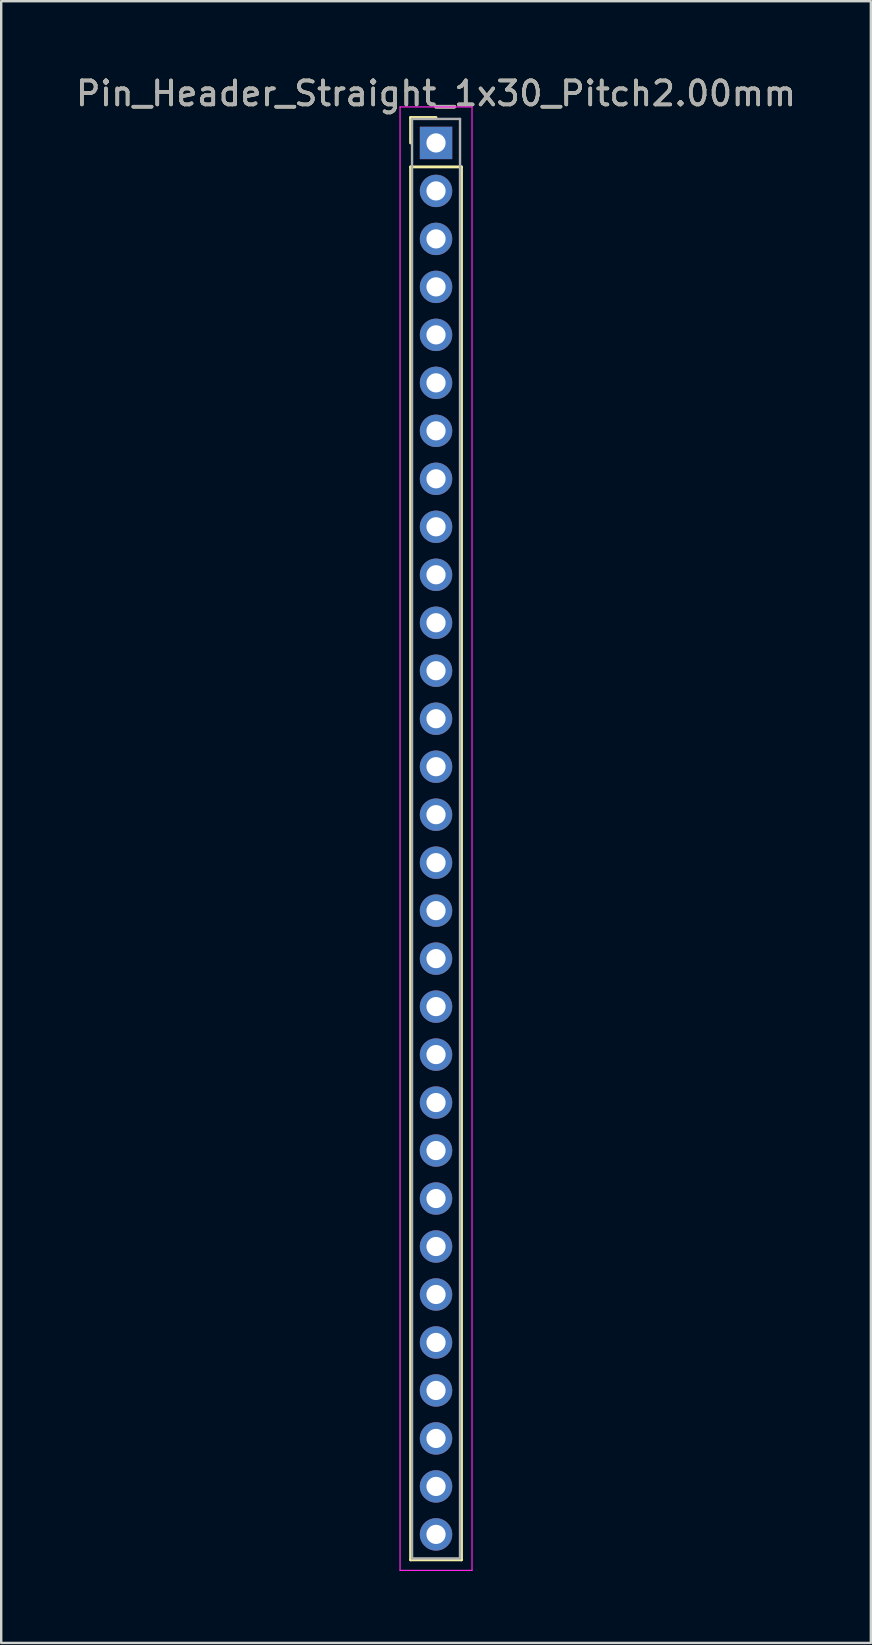
<source format=kicad_pcb>
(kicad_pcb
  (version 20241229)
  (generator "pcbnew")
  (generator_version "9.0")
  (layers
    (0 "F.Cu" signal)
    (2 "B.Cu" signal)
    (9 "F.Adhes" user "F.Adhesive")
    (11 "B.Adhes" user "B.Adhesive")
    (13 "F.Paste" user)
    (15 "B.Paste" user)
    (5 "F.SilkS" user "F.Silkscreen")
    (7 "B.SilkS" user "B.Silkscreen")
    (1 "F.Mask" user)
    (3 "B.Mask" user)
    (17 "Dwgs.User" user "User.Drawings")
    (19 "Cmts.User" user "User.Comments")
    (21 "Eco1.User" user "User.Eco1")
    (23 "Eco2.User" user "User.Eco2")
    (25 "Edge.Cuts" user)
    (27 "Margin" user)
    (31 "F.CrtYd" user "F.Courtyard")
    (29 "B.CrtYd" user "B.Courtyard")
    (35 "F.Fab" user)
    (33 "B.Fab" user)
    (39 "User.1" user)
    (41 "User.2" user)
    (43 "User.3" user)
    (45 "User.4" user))
  (footprint "Pin_Header_Straight_1x30_Pitch2.00mm"
    (layer "F.Cu")
    (at 15.125 2.908)
    (property "Reference" "Pin_Header_Straight_1x30_Pitch2.00mm" (at 0 -2.06 0) (layer "F.SilkS") (effects (font (size 1 1) (thickness 0.15))))
    (attr through_hole)
    (fp_line (start -1.06 -1.06) (end 0 -1.06) (stroke (width 0.12) (type solid)) (layer "F.SilkS"))
    (fp_line (start -1.06 0) (end -1.06 -1.06) (stroke (width 0.12) (type solid)) (layer "F.SilkS"))
    (fp_line (start -1.06 1) (end -1.06 59.06) (stroke (width 0.12) (type solid)) (layer "F.SilkS"))
    (fp_line (start -1.06 59.06) (end 1.06 59.06) (stroke (width 0.12) (type solid)) (layer "F.SilkS"))
    (fp_line (start 1.06 1) (end -1.06 1) (stroke (width 0.12) (type solid)) (layer "F.SilkS"))
    (fp_line (start 1.06 59.06) (end 1.06 1) (stroke (width 0.12) (type solid)) (layer "F.SilkS"))
    (fp_line (start -1.5 -1.5) (end -1.5 59.5) (stroke (width 0.05) (type solid)) (layer "F.CrtYd"))
    (fp_line (start -1.5 59.5) (end 1.5 59.5) (stroke (width 0.05) (type solid)) (layer "F.CrtYd"))
    (fp_line (start 1.5 -1.5) (end -1.5 -1.5) (stroke (width 0.05) (type solid)) (layer "F.CrtYd"))
    (fp_line (start 1.5 59.5) (end 1.5 -1.5) (stroke (width 0.05) (type solid)) (layer "F.CrtYd"))
    (fp_line (start -1 -1) (end -1 59) (stroke (width 0.1) (type solid)) (layer "F.Fab"))
    (fp_line (start -1 59) (end 1 59) (stroke (width 0.1) (type solid)) (layer "F.Fab"))
    (fp_line (start 1 -1) (end -1 -1) (stroke (width 0.1) (type solid)) (layer "F.Fab"))
    (fp_line (start 1 59) (end 1 -1) (stroke (width 0.1) (type solid)) (layer "F.Fab"))
    (fp_text user "${REFERENCE}" (at 0 -2.06 0) (layer "F.Fab") (effects (font (size 1 1) (thickness 0.15))))
    (pad "1" thru_hole rect (at 0 0) (size 1.35 1.35) (drill 0.8) (layers "*.Cu" "*.Mask"))
    (pad "2" thru_hole oval (at 0 2) (size 1.35 1.35) (drill 0.8) (layers "*.Cu" "*.Mask"))
    (pad "3" thru_hole oval (at 0 4) (size 1.35 1.35) (drill 0.8) (layers "*.Cu" "*.Mask"))
    (pad "4" thru_hole oval (at 0 6) (size 1.35 1.35) (drill 0.8) (layers "*.Cu" "*.Mask"))
    (pad "5" thru_hole oval (at 0 8) (size 1.35 1.35) (drill 0.8) (layers "*.Cu" "*.Mask"))
    (pad "6" thru_hole oval (at 0 10) (size 1.35 1.35) (drill 0.8) (layers "*.Cu" "*.Mask"))
    (pad "7" thru_hole oval (at 0 12) (size 1.35 1.35) (drill 0.8) (layers "*.Cu" "*.Mask"))
    (pad "8" thru_hole oval (at 0 14) (size 1.35 1.35) (drill 0.8) (layers "*.Cu" "*.Mask"))
    (pad "9" thru_hole oval (at 0 16) (size 1.35 1.35) (drill 0.8) (layers "*.Cu" "*.Mask"))
    (pad "10" thru_hole oval (at 0 18) (size 1.35 1.35) (drill 0.8) (layers "*.Cu" "*.Mask"))
    (pad "11" thru_hole oval (at 0 20) (size 1.35 1.35) (drill 0.8) (layers "*.Cu" "*.Mask"))
    (pad "12" thru_hole oval (at 0 22) (size 1.35 1.35) (drill 0.8) (layers "*.Cu" "*.Mask"))
    (pad "13" thru_hole oval (at 0 24) (size 1.35 1.35) (drill 0.8) (layers "*.Cu" "*.Mask"))
    (pad "14" thru_hole oval (at 0 26) (size 1.35 1.35) (drill 0.8) (layers "*.Cu" "*.Mask"))
    (pad "15" thru_hole oval (at 0 28) (size 1.35 1.35) (drill 0.8) (layers "*.Cu" "*.Mask"))
    (pad "16" thru_hole oval (at 0 30) (size 1.35 1.35) (drill 0.8) (layers "*.Cu" "*.Mask"))
    (pad "17" thru_hole oval (at 0 32) (size 1.35 1.35) (drill 0.8) (layers "*.Cu" "*.Mask"))
    (pad "18" thru_hole oval (at 0 34) (size 1.35 1.35) (drill 0.8) (layers "*.Cu" "*.Mask"))
    (pad "19" thru_hole oval (at 0 36) (size 1.35 1.35) (drill 0.8) (layers "*.Cu" "*.Mask"))
    (pad "20" thru_hole oval (at 0 38) (size 1.35 1.35) (drill 0.8) (layers "*.Cu" "*.Mask"))
    (pad "21" thru_hole oval (at 0 40) (size 1.35 1.35) (drill 0.8) (layers "*.Cu" "*.Mask"))
    (pad "22" thru_hole oval (at 0 42) (size 1.35 1.35) (drill 0.8) (layers "*.Cu" "*.Mask"))
    (pad "23" thru_hole oval (at 0 44) (size 1.35 1.35) (drill 0.8) (layers "*.Cu" "*.Mask"))
    (pad "24" thru_hole oval (at 0 46) (size 1.35 1.35) (drill 0.8) (layers "*.Cu" "*.Mask"))
    (pad "25" thru_hole oval (at 0 48) (size 1.35 1.35) (drill 0.8) (layers "*.Cu" "*.Mask"))
    (pad "26" thru_hole oval (at 0 50) (size 1.35 1.35) (drill 0.8) (layers "*.Cu" "*.Mask"))
    (pad "27" thru_hole oval (at 0 52) (size 1.35 1.35) (drill 0.8) (layers "*.Cu" "*.Mask"))
    (pad "28" thru_hole oval (at 0 54) (size 1.35 1.35) (drill 0.8) (layers "*.Cu" "*.Mask"))
    (pad "29" thru_hole oval (at 0 56) (size 1.35 1.35) (drill 0.8) (layers "*.Cu" "*.Mask"))
    (pad "30" thru_hole oval (at 0 58) (size 1.35 1.35) (drill 0.8) (layers "*.Cu" "*.Mask")))
  (gr_rect
    (start -3 -3)
    (end 33.25 65.433)
    (stroke (width 0.1) (type default))
    (fill no)
    (layer "Edge.Cuts")))
</source>
